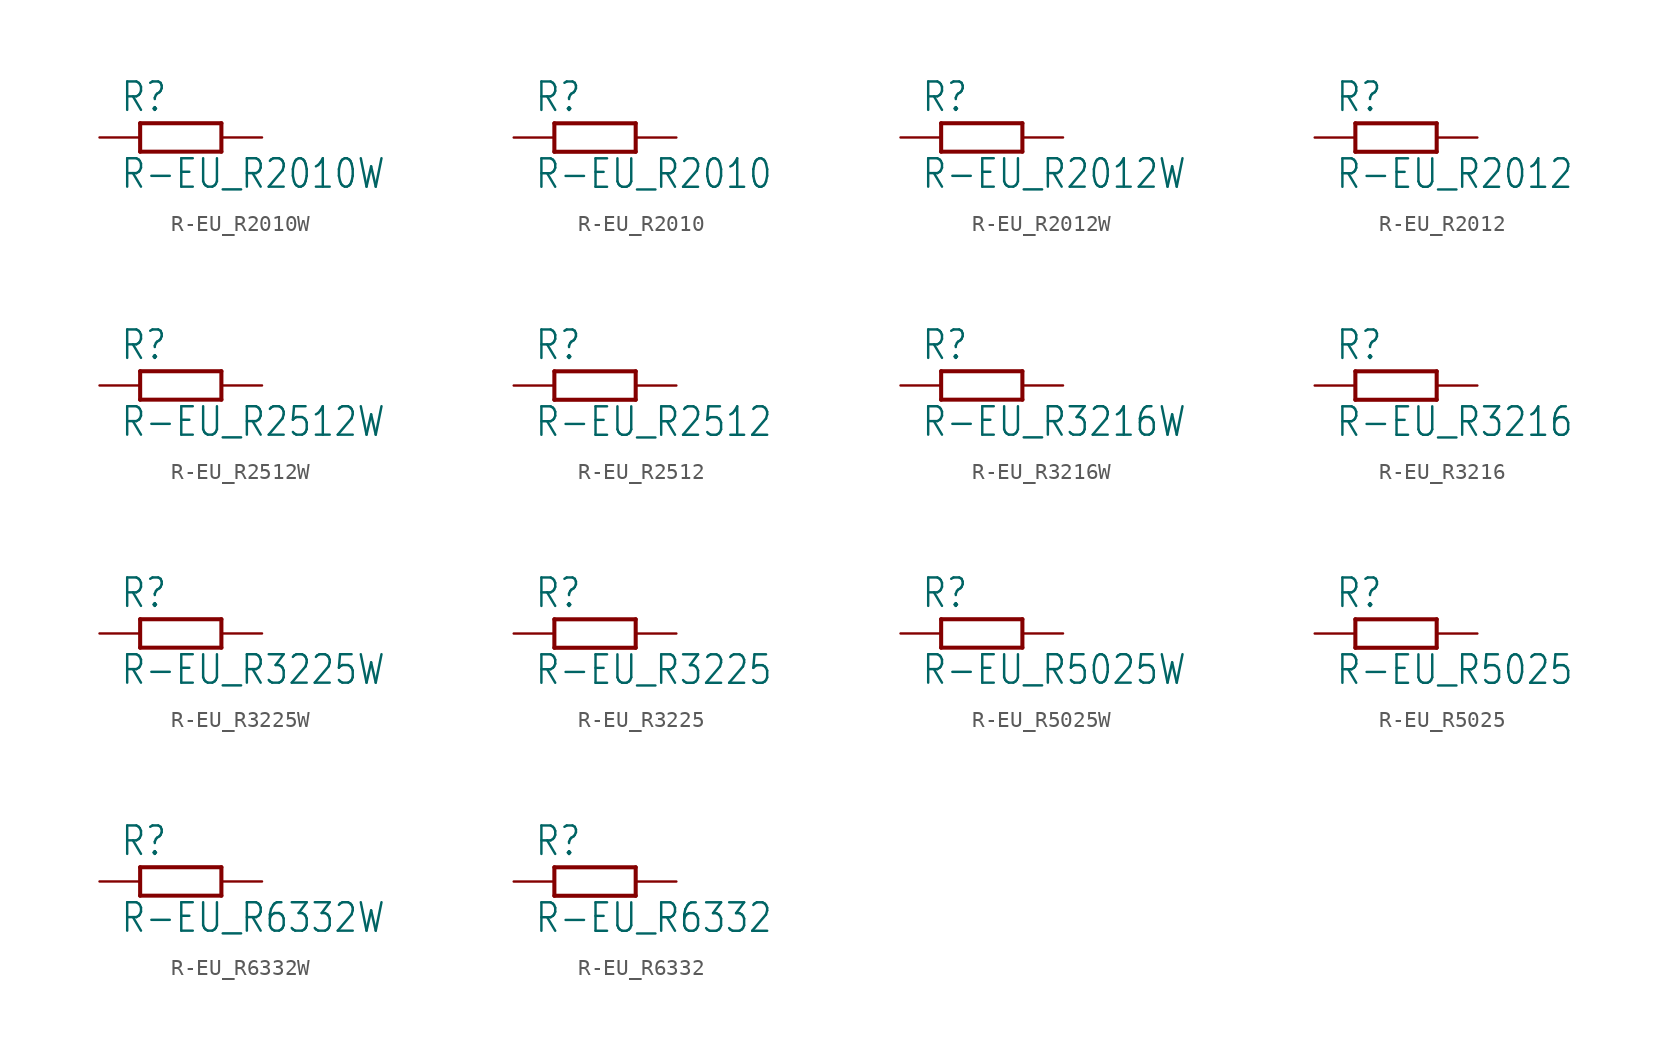
<source format=kicad_sym>
(kicad_symbol_lib
  (version 20220914)
  (generator kicad_symbol_editor)
  (symbol "R-EU_R2010W"
    (property "Reference" "R"
      (at -3.81 1.499 0)
      (effects (font (size 1.778 1.511)) (justify left bottom)))
    (property "Value" "R-EU_R2010W"
      (at -3.81 -3.302 0)
      (effects (font (size 1.778 1.511)) (justify left bottom)))
    (property "ki_locked" ""
      (at 0 0 0)
      (effects (font (size 1.27 1.27))))
    (symbol "R-EU_R2010W_1_0"
      (polyline (pts (xy -2.54 -0.889) (xy -2.54 0.889)) (stroke (width 0.254) (type default)) (fill (type none)))
      (polyline (pts (xy -2.54 -0.889) (xy 2.54 -0.889)) (stroke (width 0.254) (type default)) (fill (type none)))
      (polyline (pts (xy 2.54 -0.889) (xy 2.54 0.889)) (stroke (width 0.254) (type default)) (fill (type none)))
      (polyline (pts (xy 2.54 0.889) (xy -2.54 0.889)) (stroke (width 0.254) (type default)) (fill (type none)))
      (pin passive line (at -5.08 0 0) (length 2.54) (name "1" (effects (font (size 0 0)))) (number "1" (effects (font (size 0 0)))))
      (pin passive line (at 5.08 0 180) (length 2.54) (name "2" (effects (font (size 0 0)))) (number "2" (effects (font (size 0 0)))))))
  (symbol "R-EU_R2010"
    (property "Reference" "R"
      (at -3.81 1.499 0)
      (effects (font (size 1.778 1.511)) (justify left bottom)))
    (property "Value" "R-EU_R2010"
      (at -3.81 -3.302 0)
      (effects (font (size 1.778 1.511)) (justify left bottom)))
    (property "ki_locked" ""
      (at 0 0 0)
      (effects (font (size 1.27 1.27))))
    (symbol "R-EU_R2010_1_0"
      (polyline (pts (xy -2.54 -0.889) (xy -2.54 0.889)) (stroke (width 0.254) (type default)) (fill (type none)))
      (polyline (pts (xy -2.54 -0.889) (xy 2.54 -0.889)) (stroke (width 0.254) (type default)) (fill (type none)))
      (polyline (pts (xy 2.54 -0.889) (xy 2.54 0.889)) (stroke (width 0.254) (type default)) (fill (type none)))
      (polyline (pts (xy 2.54 0.889) (xy -2.54 0.889)) (stroke (width 0.254) (type default)) (fill (type none)))
      (pin passive line (at -5.08 0 0) (length 2.54) (name "1" (effects (font (size 0 0)))) (number "1" (effects (font (size 0 0)))))
      (pin passive line (at 5.08 0 180) (length 2.54) (name "2" (effects (font (size 0 0)))) (number "2" (effects (font (size 0 0)))))))
  (symbol "R-EU_R2012W"
    (property "Reference" "R"
      (at -3.81 1.499 0)
      (effects (font (size 1.778 1.511)) (justify left bottom)))
    (property "Value" "R-EU_R2012W"
      (at -3.81 -3.302 0)
      (effects (font (size 1.778 1.511)) (justify left bottom)))
    (property "ki_locked" ""
      (at 0 0 0)
      (effects (font (size 1.27 1.27))))
    (symbol "R-EU_R2012W_1_0"
      (polyline (pts (xy -2.54 -0.889) (xy -2.54 0.889)) (stroke (width 0.254) (type default)) (fill (type none)))
      (polyline (pts (xy -2.54 -0.889) (xy 2.54 -0.889)) (stroke (width 0.254) (type default)) (fill (type none)))
      (polyline (pts (xy 2.54 -0.889) (xy 2.54 0.889)) (stroke (width 0.254) (type default)) (fill (type none)))
      (polyline (pts (xy 2.54 0.889) (xy -2.54 0.889)) (stroke (width 0.254) (type default)) (fill (type none)))
      (pin passive line (at -5.08 0 0) (length 2.54) (name "1" (effects (font (size 0 0)))) (number "1" (effects (font (size 0 0)))))
      (pin passive line (at 5.08 0 180) (length 2.54) (name "2" (effects (font (size 0 0)))) (number "2" (effects (font (size 0 0)))))))
  (symbol "R-EU_R2012"
    (property "Reference" "R"
      (at -3.81 1.499 0)
      (effects (font (size 1.778 1.511)) (justify left bottom)))
    (property "Value" "R-EU_R2012"
      (at -3.81 -3.302 0)
      (effects (font (size 1.778 1.511)) (justify left bottom)))
    (property "ki_locked" ""
      (at 0 0 0)
      (effects (font (size 1.27 1.27))))
    (symbol "R-EU_R2012_1_0"
      (polyline (pts (xy -2.54 -0.889) (xy -2.54 0.889)) (stroke (width 0.254) (type default)) (fill (type none)))
      (polyline (pts (xy -2.54 -0.889) (xy 2.54 -0.889)) (stroke (width 0.254) (type default)) (fill (type none)))
      (polyline (pts (xy 2.54 -0.889) (xy 2.54 0.889)) (stroke (width 0.254) (type default)) (fill (type none)))
      (polyline (pts (xy 2.54 0.889) (xy -2.54 0.889)) (stroke (width 0.254) (type default)) (fill (type none)))
      (pin passive line (at -5.08 0 0) (length 2.54) (name "1" (effects (font (size 0 0)))) (number "1" (effects (font (size 0 0)))))
      (pin passive line (at 5.08 0 180) (length 2.54) (name "2" (effects (font (size 0 0)))) (number "2" (effects (font (size 0 0)))))))
  (symbol "R-EU_R2512W"
    (property "Reference" "R"
      (at -3.81 1.499 0)
      (effects (font (size 1.778 1.511)) (justify left bottom)))
    (property "Value" "R-EU_R2512W"
      (at -3.81 -3.302 0)
      (effects (font (size 1.778 1.511)) (justify left bottom)))
    (property "ki_locked" ""
      (at 0 0 0)
      (effects (font (size 1.27 1.27))))
    (symbol "R-EU_R2512W_1_0"
      (polyline (pts (xy -2.54 -0.889) (xy -2.54 0.889)) (stroke (width 0.254) (type default)) (fill (type none)))
      (polyline (pts (xy -2.54 -0.889) (xy 2.54 -0.889)) (stroke (width 0.254) (type default)) (fill (type none)))
      (polyline (pts (xy 2.54 -0.889) (xy 2.54 0.889)) (stroke (width 0.254) (type default)) (fill (type none)))
      (polyline (pts (xy 2.54 0.889) (xy -2.54 0.889)) (stroke (width 0.254) (type default)) (fill (type none)))
      (pin passive line (at -5.08 0 0) (length 2.54) (name "1" (effects (font (size 0 0)))) (number "1" (effects (font (size 0 0)))))
      (pin passive line (at 5.08 0 180) (length 2.54) (name "2" (effects (font (size 0 0)))) (number "2" (effects (font (size 0 0)))))))
  (symbol "R-EU_R2512"
    (property "Reference" "R"
      (at -3.81 1.499 0)
      (effects (font (size 1.778 1.511)) (justify left bottom)))
    (property "Value" "R-EU_R2512"
      (at -3.81 -3.302 0)
      (effects (font (size 1.778 1.511)) (justify left bottom)))
    (property "ki_locked" ""
      (at 0 0 0)
      (effects (font (size 1.27 1.27))))
    (symbol "R-EU_R2512_1_0"
      (polyline (pts (xy -2.54 -0.889) (xy -2.54 0.889)) (stroke (width 0.254) (type default)) (fill (type none)))
      (polyline (pts (xy -2.54 -0.889) (xy 2.54 -0.889)) (stroke (width 0.254) (type default)) (fill (type none)))
      (polyline (pts (xy 2.54 -0.889) (xy 2.54 0.889)) (stroke (width 0.254) (type default)) (fill (type none)))
      (polyline (pts (xy 2.54 0.889) (xy -2.54 0.889)) (stroke (width 0.254) (type default)) (fill (type none)))
      (pin passive line (at -5.08 0 0) (length 2.54) (name "1" (effects (font (size 0 0)))) (number "1" (effects (font (size 0 0)))))
      (pin passive line (at 5.08 0 180) (length 2.54) (name "2" (effects (font (size 0 0)))) (number "2" (effects (font (size 0 0)))))))
  (symbol "R-EU_R3216W"
    (property "Reference" "R"
      (at -3.81 1.499 0)
      (effects (font (size 1.778 1.511)) (justify left bottom)))
    (property "Value" "R-EU_R3216W"
      (at -3.81 -3.302 0)
      (effects (font (size 1.778 1.511)) (justify left bottom)))
    (property "ki_locked" ""
      (at 0 0 0)
      (effects (font (size 1.27 1.27))))
    (symbol "R-EU_R3216W_1_0"
      (polyline (pts (xy -2.54 -0.889) (xy -2.54 0.889)) (stroke (width 0.254) (type default)) (fill (type none)))
      (polyline (pts (xy -2.54 -0.889) (xy 2.54 -0.889)) (stroke (width 0.254) (type default)) (fill (type none)))
      (polyline (pts (xy 2.54 -0.889) (xy 2.54 0.889)) (stroke (width 0.254) (type default)) (fill (type none)))
      (polyline (pts (xy 2.54 0.889) (xy -2.54 0.889)) (stroke (width 0.254) (type default)) (fill (type none)))
      (pin passive line (at -5.08 0 0) (length 2.54) (name "1" (effects (font (size 0 0)))) (number "1" (effects (font (size 0 0)))))
      (pin passive line (at 5.08 0 180) (length 2.54) (name "2" (effects (font (size 0 0)))) (number "2" (effects (font (size 0 0)))))))
  (symbol "R-EU_R3216"
    (property "Reference" "R"
      (at -3.81 1.499 0)
      (effects (font (size 1.778 1.511)) (justify left bottom)))
    (property "Value" "R-EU_R3216"
      (at -3.81 -3.302 0)
      (effects (font (size 1.778 1.511)) (justify left bottom)))
    (property "ki_locked" ""
      (at 0 0 0)
      (effects (font (size 1.27 1.27))))
    (symbol "R-EU_R3216_1_0"
      (polyline (pts (xy -2.54 -0.889) (xy -2.54 0.889)) (stroke (width 0.254) (type default)) (fill (type none)))
      (polyline (pts (xy -2.54 -0.889) (xy 2.54 -0.889)) (stroke (width 0.254) (type default)) (fill (type none)))
      (polyline (pts (xy 2.54 -0.889) (xy 2.54 0.889)) (stroke (width 0.254) (type default)) (fill (type none)))
      (polyline (pts (xy 2.54 0.889) (xy -2.54 0.889)) (stroke (width 0.254) (type default)) (fill (type none)))
      (pin passive line (at -5.08 0 0) (length 2.54) (name "1" (effects (font (size 0 0)))) (number "1" (effects (font (size 0 0)))))
      (pin passive line (at 5.08 0 180) (length 2.54) (name "2" (effects (font (size 0 0)))) (number "2" (effects (font (size 0 0)))))))
  (symbol "R-EU_R3225W"
    (property "Reference" "R"
      (at -3.81 1.499 0)
      (effects (font (size 1.778 1.511)) (justify left bottom)))
    (property "Value" "R-EU_R3225W"
      (at -3.81 -3.302 0)
      (effects (font (size 1.778 1.511)) (justify left bottom)))
    (property "ki_locked" ""
      (at 0 0 0)
      (effects (font (size 1.27 1.27))))
    (symbol "R-EU_R3225W_1_0"
      (polyline (pts (xy -2.54 -0.889) (xy -2.54 0.889)) (stroke (width 0.254) (type default)) (fill (type none)))
      (polyline (pts (xy -2.54 -0.889) (xy 2.54 -0.889)) (stroke (width 0.254) (type default)) (fill (type none)))
      (polyline (pts (xy 2.54 -0.889) (xy 2.54 0.889)) (stroke (width 0.254) (type default)) (fill (type none)))
      (polyline (pts (xy 2.54 0.889) (xy -2.54 0.889)) (stroke (width 0.254) (type default)) (fill (type none)))
      (pin passive line (at -5.08 0 0) (length 2.54) (name "1" (effects (font (size 0 0)))) (number "1" (effects (font (size 0 0)))))
      (pin passive line (at 5.08 0 180) (length 2.54) (name "2" (effects (font (size 0 0)))) (number "2" (effects (font (size 0 0)))))))
  (symbol "R-EU_R3225"
    (property "Reference" "R"
      (at -3.81 1.499 0)
      (effects (font (size 1.778 1.511)) (justify left bottom)))
    (property "Value" "R-EU_R3225"
      (at -3.81 -3.302 0)
      (effects (font (size 1.778 1.511)) (justify left bottom)))
    (property "ki_locked" ""
      (at 0 0 0)
      (effects (font (size 1.27 1.27))))
    (symbol "R-EU_R3225_1_0"
      (polyline (pts (xy -2.54 -0.889) (xy -2.54 0.889)) (stroke (width 0.254) (type default)) (fill (type none)))
      (polyline (pts (xy -2.54 -0.889) (xy 2.54 -0.889)) (stroke (width 0.254) (type default)) (fill (type none)))
      (polyline (pts (xy 2.54 -0.889) (xy 2.54 0.889)) (stroke (width 0.254) (type default)) (fill (type none)))
      (polyline (pts (xy 2.54 0.889) (xy -2.54 0.889)) (stroke (width 0.254) (type default)) (fill (type none)))
      (pin passive line (at -5.08 0 0) (length 2.54) (name "1" (effects (font (size 0 0)))) (number "1" (effects (font (size 0 0)))))
      (pin passive line (at 5.08 0 180) (length 2.54) (name "2" (effects (font (size 0 0)))) (number "2" (effects (font (size 0 0)))))))
  (symbol "R-EU_R5025W"
    (property "Reference" "R"
      (at -3.81 1.499 0)
      (effects (font (size 1.778 1.511)) (justify left bottom)))
    (property "Value" "R-EU_R5025W"
      (at -3.81 -3.302 0)
      (effects (font (size 1.778 1.511)) (justify left bottom)))
    (property "ki_locked" ""
      (at 0 0 0)
      (effects (font (size 1.27 1.27))))
    (symbol "R-EU_R5025W_1_0"
      (polyline (pts (xy -2.54 -0.889) (xy -2.54 0.889)) (stroke (width 0.254) (type default)) (fill (type none)))
      (polyline (pts (xy -2.54 -0.889) (xy 2.54 -0.889)) (stroke (width 0.254) (type default)) (fill (type none)))
      (polyline (pts (xy 2.54 -0.889) (xy 2.54 0.889)) (stroke (width 0.254) (type default)) (fill (type none)))
      (polyline (pts (xy 2.54 0.889) (xy -2.54 0.889)) (stroke (width 0.254) (type default)) (fill (type none)))
      (pin passive line (at -5.08 0 0) (length 2.54) (name "1" (effects (font (size 0 0)))) (number "1" (effects (font (size 0 0)))))
      (pin passive line (at 5.08 0 180) (length 2.54) (name "2" (effects (font (size 0 0)))) (number "2" (effects (font (size 0 0)))))))
  (symbol "R-EU_R5025"
    (property "Reference" "R"
      (at -3.81 1.499 0)
      (effects (font (size 1.778 1.511)) (justify left bottom)))
    (property "Value" "R-EU_R5025"
      (at -3.81 -3.302 0)
      (effects (font (size 1.778 1.511)) (justify left bottom)))
    (property "ki_locked" ""
      (at 0 0 0)
      (effects (font (size 1.27 1.27))))
    (symbol "R-EU_R5025_1_0"
      (polyline (pts (xy -2.54 -0.889) (xy -2.54 0.889)) (stroke (width 0.254) (type default)) (fill (type none)))
      (polyline (pts (xy -2.54 -0.889) (xy 2.54 -0.889)) (stroke (width 0.254) (type default)) (fill (type none)))
      (polyline (pts (xy 2.54 -0.889) (xy 2.54 0.889)) (stroke (width 0.254) (type default)) (fill (type none)))
      (polyline (pts (xy 2.54 0.889) (xy -2.54 0.889)) (stroke (width 0.254) (type default)) (fill (type none)))
      (pin passive line (at -5.08 0 0) (length 2.54) (name "1" (effects (font (size 0 0)))) (number "1" (effects (font (size 0 0)))))
      (pin passive line (at 5.08 0 180) (length 2.54) (name "2" (effects (font (size 0 0)))) (number "2" (effects (font (size 0 0)))))))
  (symbol "R-EU_R6332W"
    (property "Reference" "R"
      (at -3.81 1.499 0)
      (effects (font (size 1.778 1.511)) (justify left bottom)))
    (property "Value" "R-EU_R6332W"
      (at -3.81 -3.302 0)
      (effects (font (size 1.778 1.511)) (justify left bottom)))
    (property "ki_locked" ""
      (at 0 0 0)
      (effects (font (size 1.27 1.27))))
    (symbol "R-EU_R6332W_1_0"
      (polyline (pts (xy -2.54 -0.889) (xy -2.54 0.889)) (stroke (width 0.254) (type default)) (fill (type none)))
      (polyline (pts (xy -2.54 -0.889) (xy 2.54 -0.889)) (stroke (width 0.254) (type default)) (fill (type none)))
      (polyline (pts (xy 2.54 -0.889) (xy 2.54 0.889)) (stroke (width 0.254) (type default)) (fill (type none)))
      (polyline (pts (xy 2.54 0.889) (xy -2.54 0.889)) (stroke (width 0.254) (type default)) (fill (type none)))
      (pin passive line (at -5.08 0 0) (length 2.54) (name "1" (effects (font (size 0 0)))) (number "1" (effects (font (size 0 0)))))
      (pin passive line (at 5.08 0 180) (length 2.54) (name "2" (effects (font (size 0 0)))) (number "2" (effects (font (size 0 0)))))))
  (symbol "R-EU_R6332"
    (property "Reference" "R"
      (at -3.81 1.499 0)
      (effects (font (size 1.778 1.511)) (justify left bottom)))
    (property "Value" "R-EU_R6332"
      (at -3.81 -3.302 0)
      (effects (font (size 1.778 1.511)) (justify left bottom)))
    (property "ki_locked" ""
      (at 0 0 0)
      (effects (font (size 1.27 1.27))))
    (symbol "R-EU_R6332_1_0"
      (polyline (pts (xy -2.54 -0.889) (xy -2.54 0.889)) (stroke (width 0.254) (type default)) (fill (type none)))
      (polyline (pts (xy -2.54 -0.889) (xy 2.54 -0.889)) (stroke (width 0.254) (type default)) (fill (type none)))
      (polyline (pts (xy 2.54 -0.889) (xy 2.54 0.889)) (stroke (width 0.254) (type default)) (fill (type none)))
      (polyline (pts (xy 2.54 0.889) (xy -2.54 0.889)) (stroke (width 0.254) (type default)) (fill (type none)))
      (pin passive line (at -5.08 0 0) (length 2.54) (name "1" (effects (font (size 0 0)))) (number "1" (effects (font (size 0 0)))))
      (pin passive line (at 5.08 0 180) (length 2.54) (name "2" (effects (font (size 0 0)))) (number "2" (effects (font (size 0 0))))))))
</source>
